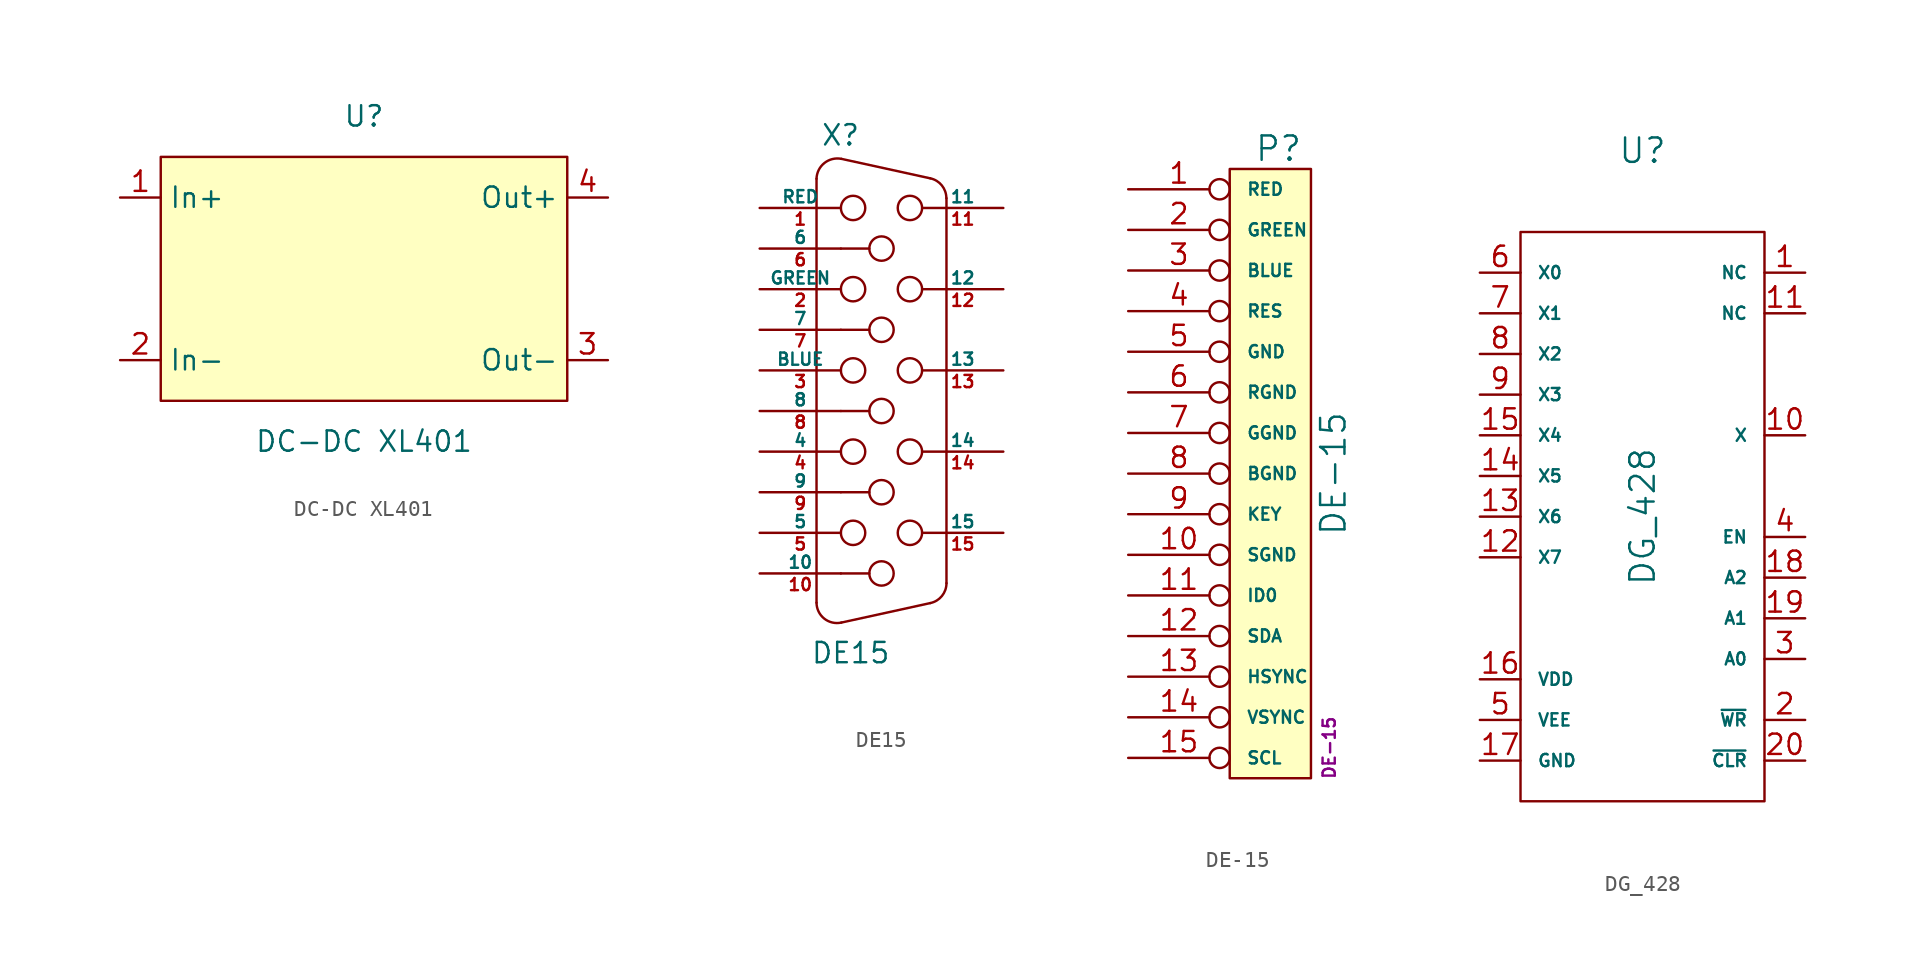
<source format=kicad_sym>
(kicad_symbol_lib
  (version 20220914)
  (generator kicad_symbol_editor)
  (symbol "DC-DC XL401"
    (property "Reference" "U"
      (at 0 10.16 0)
      (effects (font (size 1.27 1.27))))
    (property "Value" "DC-DC XL401"
      (at 0 -10.16 0)
      (effects (font (size 1.27 1.27))))
    (property "Footprint" ""
      (at 0 0 0)
      (effects (font (size 1.27 1.27))))
    (symbol "DC-DC XL401_1_1"
      (rectangle (start -12.7 7.62) (end 12.7 -7.62) (stroke (width 0) (type default)) (fill (type background)))
      (pin power_in line (at -15.24 5.08 0) (length 2.54) (name "In+" (effects (font (size 1.27 1.27)))) (number "1" (effects (font (size 1.27 1.27)))))
      (pin power_in line (at -15.24 -5.08 0) (length 2.54) (name "In-" (effects (font (size 1.27 1.27)))) (number "2" (effects (font (size 1.27 1.27)))))
      (pin power_out line (at 15.24 -5.08 180) (length 2.54) (name "Out-" (effects (font (size 1.27 1.27)))) (number "3" (effects (font (size 1.27 1.27)))))
      (pin power_out line (at 15.24 5.08 180) (length 2.54) (name "Out+" (effects (font (size 1.27 1.27)))) (number "4" (effects (font (size 1.27 1.27)))))))
  (symbol "DE15"
    (pin_names
      (offset 0))
    (property "Reference" "X"
      (at -3.81 13.97 0)
      (effects (font (size 1.27 1.27)) (justify left bottom)))
    (property "Value" "DE15"
      (at -4.445 -18.415 0)
      (effects (font (size 1.27 1.27)) (justify left bottom)))
    (property "Datasheet" ""
      (at 0 0 0)
      (effects (font (size 1.524 1.524))))
    (symbol "DE15_1_0"
      (polyline (pts (xy -4.064 -14.529) (xy -4.064 11.989)) (stroke (width 0) (type default)) (fill (type none)))
      (polyline (pts (xy -2.54 -12.7) (xy -0.762 -12.7)) (stroke (width 0) (type default)) (fill (type none)))
      (polyline (pts (xy -2.54 -7.62) (xy -0.762 -7.62)) (stroke (width 0) (type default)) (fill (type none)))
      (polyline (pts (xy -2.54 -2.54) (xy -0.762 -2.54)) (stroke (width 0) (type default)) (fill (type none)))
      (polyline (pts (xy -2.54 2.54) (xy -0.762 2.54)) (stroke (width 0) (type default)) (fill (type none)))
      (polyline (pts (xy -2.54 7.62) (xy -0.762 7.62)) (stroke (width 0) (type default)) (fill (type none)))
      (polyline (pts (xy -2.515 -15.773) (xy 3.048 -14.554)) (stroke (width 0) (type default)) (fill (type none)))
      (polyline (pts (xy -2.515 13.233) (xy 3.048 12.014)) (stroke (width 0) (type default)) (fill (type none)))
      (polyline (pts (xy 4.064 -13.31) (xy 4.064 10.77)) (stroke (width 0) (type default)) (fill (type none))))
    (symbol "DE15_1_1"
      (arc (start -4.064 -14.5288) (mid -3.5876 -15.5203) (end -2.5146 -15.7734) (stroke (width 0) (type default)) (fill (type none)))
      (arc (start -2.5146 13.2334) (mid -3.572 12.9727) (end -4.064 11.9888) (stroke (width 0) (type default)) (fill (type none)))
      (circle (center -1.778 -10.16) (radius 0.762) (stroke (width 0) (type default)) (fill (type none)))
      (circle (center -1.778 -5.08) (radius 0.762) (stroke (width 0) (type default)) (fill (type none)))
      (circle (center -1.778 0) (radius 0.762) (stroke (width 0) (type default)) (fill (type none)))
      (circle (center -1.778 5.08) (radius 0.762) (stroke (width 0) (type default)) (fill (type none)))
      (circle (center -1.778 10.16) (radius 0.762) (stroke (width 0) (type default)) (fill (type none)))
      (circle (center 0 -12.7) (radius 0.762) (stroke (width 0) (type default)) (fill (type none)))
      (circle (center 0 -7.62) (radius 0.762) (stroke (width 0) (type default)) (fill (type none)))
      (circle (center 0 -2.54) (radius 0.762) (stroke (width 0) (type default)) (fill (type none)))
      (circle (center 0 2.54) (radius 0.762) (stroke (width 0) (type default)) (fill (type none)))
      (circle (center 0 7.62) (radius 0.762) (stroke (width 0) (type default)) (fill (type none)))
      (circle (center 1.778 -10.16) (radius 0.762) (stroke (width 0) (type default)) (fill (type none)))
      (circle (center 1.778 -5.08) (radius 0.762) (stroke (width 0) (type default)) (fill (type none)))
      (circle (center 1.778 0) (radius 0.762) (stroke (width 0) (type default)) (fill (type none)))
      (circle (center 1.778 5.08) (radius 0.762) (stroke (width 0) (type default)) (fill (type none)))
      (circle (center 1.778 10.16) (radius 0.762) (stroke (width 0) (type default)) (fill (type none)))
      (arc (start 3.048 -14.5542) (mid 3.7779 -14.113) (end 4.064 -13.3096) (stroke (width 0) (type default)) (fill (type none)))
      (arc (start 4.064 10.7696) (mid 3.7777 11.5728) (end 3.048 12.0142) (stroke (width 0) (type default)) (fill (type none)))
      (pin passive line (at -7.62 10.16 0) (length 5.08) (name "RED" (effects (font (size 0.762 0.762)))) (number "1" (effects (font (size 0.762 0.762)))))
      (pin passive line (at -7.62 -12.7 0) (length 5.08) (name "10" (effects (font (size 0.762 0.762)))) (number "10" (effects (font (size 0.762 0.762)))))
      (pin passive line (at 7.62 10.16 180) (length 5.08) (name "11" (effects (font (size 0.762 0.762)))) (number "11" (effects (font (size 0.762 0.762)))))
      (pin passive line (at 7.62 5.08 180) (length 5.08) (name "12" (effects (font (size 0.762 0.762)))) (number "12" (effects (font (size 0.762 0.762)))))
      (pin passive line (at 7.62 0 180) (length 5.08) (name "13" (effects (font (size 0.762 0.762)))) (number "13" (effects (font (size 0.762 0.762)))))
      (pin passive line (at 7.62 -5.08 180) (length 5.08) (name "14" (effects (font (size 0.762 0.762)))) (number "14" (effects (font (size 0.762 0.762)))))
      (pin passive line (at 7.62 -10.16 180) (length 5.08) (name "15" (effects (font (size 0.762 0.762)))) (number "15" (effects (font (size 0.762 0.762)))))
      (pin passive line (at -7.62 5.08 0) (length 5.08) (name "GREEN" (effects (font (size 0.762 0.762)))) (number "2" (effects (font (size 0.762 0.762)))))
      (pin passive line (at -7.62 0 0) (length 5.08) (name "BLUE" (effects (font (size 0.762 0.762)))) (number "3" (effects (font (size 0.762 0.762)))))
      (pin passive line (at -7.62 -5.08 0) (length 5.08) (name "4" (effects (font (size 0.762 0.762)))) (number "4" (effects (font (size 0.762 0.762)))))
      (pin passive line (at -7.62 -10.16 0) (length 5.08) (name "5" (effects (font (size 0.762 0.762)))) (number "5" (effects (font (size 0.762 0.762)))))
      (pin passive line (at -7.62 7.62 0) (length 5.08) (name "6" (effects (font (size 0.762 0.762)))) (number "6" (effects (font (size 0.762 0.762)))))
      (pin passive line (at -7.62 2.54 0) (length 5.08) (name "7" (effects (font (size 0.762 0.762)))) (number "7" (effects (font (size 0.762 0.762)))))
      (pin passive line (at -7.62 -2.54 0) (length 5.08) (name "8" (effects (font (size 0.762 0.762)))) (number "8" (effects (font (size 0.762 0.762)))))
      (pin passive line (at -7.62 -7.62 0) (length 5.08) (name "9" (effects (font (size 0.762 0.762)))) (number "9" (effects (font (size 0.762 0.762)))))))
  (symbol "DE-15"
    (pin_names
      (offset 1.016))
    (property "Reference" "P"
      (at 0.508 20.32 0)
      (effects (font (size 1.524 1.524))))
    (property "Value" "DE-15"
      (at 3.937 0 90)
      (effects (font (size 1.524 1.524))))
    (property "Footprint" "DE-15"
      (at 3.683 -17.145 90)
      (effects (font (size 0.762 0.762))))
    (property "Datasheet" ""
      (at 0 0 0)
      (effects (font (size 1.524 1.524))))
    (symbol "DE-15_0_1"
      (rectangle (start -2.54 19.05) (end 2.54 -19.05) (stroke (width 0) (type default)) (fill (type background))))
    (symbol "DE-15_1_1"
      (pin passive inverted (at -8.89 17.78 0) (length 6.35) (name "RED" (effects (font (size 0.762 0.762)))) (number "1" (effects (font (size 1.27 1.27)))))
      (pin passive inverted (at -8.89 -5.08 0) (length 6.35) (name "SGND" (effects (font (size 0.762 0.762)))) (number "10" (effects (font (size 1.27 1.27)))))
      (pin passive inverted (at -8.89 -7.62 0) (length 6.35) (name "ID0" (effects (font (size 0.762 0.762)))) (number "11" (effects (font (size 1.27 1.27)))))
      (pin passive inverted (at -8.89 -10.16 0) (length 6.35) (name "SDA" (effects (font (size 0.762 0.762)))) (number "12" (effects (font (size 1.27 1.27)))))
      (pin passive inverted (at -8.89 -12.7 0) (length 6.35) (name "HSYNC" (effects (font (size 0.762 0.762)))) (number "13" (effects (font (size 1.27 1.27)))))
      (pin passive inverted (at -8.89 -15.24 0) (length 6.35) (name "VSYNC" (effects (font (size 0.762 0.762)))) (number "14" (effects (font (size 1.27 1.27)))))
      (pin passive inverted (at -8.89 -17.78 0) (length 6.35) (name "SCL" (effects (font (size 0.762 0.762)))) (number "15" (effects (font (size 1.27 1.27)))))
      (pin passive inverted (at -8.89 15.24 0) (length 6.35) (name "GREEN" (effects (font (size 0.762 0.762)))) (number "2" (effects (font (size 1.27 1.27)))))
      (pin passive inverted (at -8.89 12.7 0) (length 6.35) (name "BLUE" (effects (font (size 0.762 0.762)))) (number "3" (effects (font (size 1.27 1.27)))))
      (pin passive inverted (at -8.89 10.16 0) (length 6.35) (name "RES" (effects (font (size 0.762 0.762)))) (number "4" (effects (font (size 1.27 1.27)))))
      (pin passive inverted (at -8.89 7.62 0) (length 6.35) (name "GND" (effects (font (size 0.762 0.762)))) (number "5" (effects (font (size 1.27 1.27)))))
      (pin passive inverted (at -8.89 5.08 0) (length 6.35) (name "RGND" (effects (font (size 0.762 0.762)))) (number "6" (effects (font (size 1.27 1.27)))))
      (pin passive inverted (at -8.89 2.54 0) (length 6.35) (name "GGND" (effects (font (size 0.762 0.762)))) (number "7" (effects (font (size 1.27 1.27)))))
      (pin passive inverted (at -8.89 0 0) (length 6.35) (name "BGND" (effects (font (size 0.762 0.762)))) (number "8" (effects (font (size 1.27 1.27)))))
      (pin passive inverted (at -8.89 -2.54 0) (length 6.35) (name "KEY" (effects (font (size 0.762 0.762)))) (number "9" (effects (font (size 1.27 1.27)))))))
  (symbol "DG_428"
    (pin_names
      (offset 1.016))
    (property "Reference" "U"
      (at 0 22.86 0)
      (effects (font (size 1.524 1.524))))
    (property "Value" "DG_428"
      (at 0 0 90)
      (effects (font (size 1.524 1.524))))
    (property "Footprint" ""
      (at 0 0 0)
      (effects (font (size 1.524 1.524))))
    (property "Datasheet" ""
      (at 0 0 0)
      (effects (font (size 1.524 1.524))))
    (symbol "DG_428_0_1"
      (polyline (pts (xy 5.08 -17.78) (xy 7.62 -17.78) (xy 7.62 17.78) (xy -6.35 17.78) (xy -7.62 17.78) (xy -7.62 -17.78) (xy 5.08 -17.78) (xy 5.08 -17.78)) (stroke (width 0) (type default)) (fill (type none))))
    (symbol "DG_428_1_1"
      (pin input line (at 10.16 15.24 180) (length 2.54) (name "NC" (effects (font (size 0.762 0.762)))) (number "1" (effects (font (size 1.27 1.27)))))
      (pin input line (at 10.16 5.08 180) (length 2.54) (name "X" (effects (font (size 0.762 0.762)))) (number "10" (effects (font (size 1.27 1.27)))))
      (pin input line (at 10.16 12.7 180) (length 2.54) (name "NC" (effects (font (size 0.762 0.762)))) (number "11" (effects (font (size 1.27 1.27)))))
      (pin input line (at -10.16 -2.54 0) (length 2.54) (name "X7" (effects (font (size 0.762 0.762)))) (number "12" (effects (font (size 1.27 1.27)))))
      (pin input line (at -10.16 0 0) (length 2.54) (name "X6" (effects (font (size 0.762 0.762)))) (number "13" (effects (font (size 1.27 1.27)))))
      (pin input line (at -10.16 2.54 0) (length 2.54) (name "X5" (effects (font (size 0.762 0.762)))) (number "14" (effects (font (size 1.27 1.27)))))
      (pin input line (at -10.16 5.08 0) (length 2.54) (name "X4" (effects (font (size 0.762 0.762)))) (number "15" (effects (font (size 1.27 1.27)))))
      (pin input line (at -10.16 -10.16 0) (length 2.54) (name "VDD" (effects (font (size 0.762 0.762)))) (number "16" (effects (font (size 1.27 1.27)))))
      (pin input line (at -10.16 -15.24 0) (length 2.54) (name "GND" (effects (font (size 0.762 0.762)))) (number "17" (effects (font (size 1.27 1.27)))))
      (pin input line (at 10.16 -3.81 180) (length 2.54) (name "A2" (effects (font (size 0.762 0.762)))) (number "18" (effects (font (size 1.27 1.27)))))
      (pin input line (at 10.16 -6.35 180) (length 2.54) (name "A1" (effects (font (size 0.762 0.762)))) (number "19" (effects (font (size 1.27 1.27)))))
      (pin input line (at 10.16 -12.7 180) (length 2.54) (name "~{WR}" (effects (font (size 0.762 0.762)))) (number "2" (effects (font (size 1.27 1.27)))))
      (pin passive line (at 10.16 -15.24 180) (length 2.54) (name "~{CLR}" (effects (font (size 0.762 0.762)))) (number "20" (effects (font (size 1.27 1.27)))))
      (pin input line (at 10.16 -8.89 180) (length 2.54) (name "A0" (effects (font (size 0.762 0.762)))) (number "3" (effects (font (size 1.27 1.27)))))
      (pin input line (at 10.16 -1.27 180) (length 2.54) (name "EN" (effects (font (size 0.762 0.762)))) (number "4" (effects (font (size 1.27 1.27)))))
      (pin input line (at -10.16 -12.7 0) (length 2.54) (name "VEE" (effects (font (size 0.762 0.762)))) (number "5" (effects (font (size 1.27 1.27)))))
      (pin input line (at -10.16 15.24 0) (length 2.54) (name "X0" (effects (font (size 0.762 0.762)))) (number "6" (effects (font (size 1.27 1.27)))))
      (pin input line (at -10.16 12.7 0) (length 2.54) (name "X1" (effects (font (size 0.762 0.762)))) (number "7" (effects (font (size 1.27 1.27)))))
      (pin input line (at -10.16 10.16 0) (length 2.54) (name "X2" (effects (font (size 0.762 0.762)))) (number "8" (effects (font (size 1.27 1.27)))))
      (pin input line (at -10.16 7.62 0) (length 2.54) (name "X3" (effects (font (size 0.762 0.762)))) (number "9" (effects (font (size 1.27 1.27))))))))
</source>
